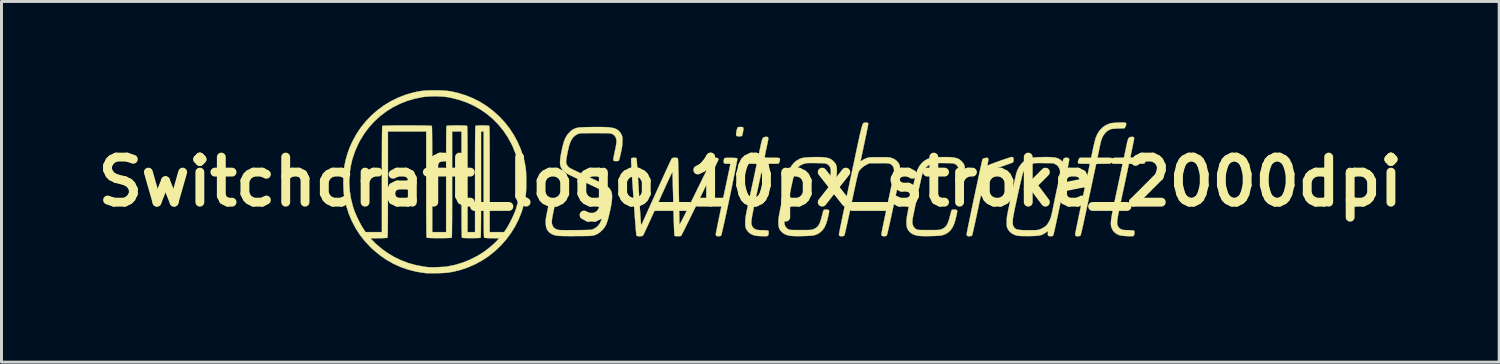
<source format=kicad_pcb>
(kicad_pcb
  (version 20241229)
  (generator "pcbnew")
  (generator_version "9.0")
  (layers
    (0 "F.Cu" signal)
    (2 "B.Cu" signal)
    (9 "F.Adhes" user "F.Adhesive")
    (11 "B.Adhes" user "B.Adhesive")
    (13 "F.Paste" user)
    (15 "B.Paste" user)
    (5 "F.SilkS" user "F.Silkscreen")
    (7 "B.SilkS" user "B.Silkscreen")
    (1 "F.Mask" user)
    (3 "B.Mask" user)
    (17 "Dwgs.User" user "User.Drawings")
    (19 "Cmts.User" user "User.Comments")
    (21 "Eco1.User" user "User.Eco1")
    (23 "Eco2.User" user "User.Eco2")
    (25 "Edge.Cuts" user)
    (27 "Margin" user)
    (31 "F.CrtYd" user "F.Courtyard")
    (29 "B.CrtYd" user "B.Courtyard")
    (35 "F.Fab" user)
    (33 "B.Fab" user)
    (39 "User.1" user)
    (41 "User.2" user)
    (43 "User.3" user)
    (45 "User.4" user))
  (footprint "Switchcraft_logo_10px_stroke_2000dpi"
    (layer "F.Cu")
    (at 22.323 3.097)
    (property "Reference" "Switchcraft_logo_10px_stroke_2000dpi" (at 0 0 0) (layer "F.SilkS") (effects (font (size 1.524 1.524) (thickness 0.3))))
    (attr through_hole)
    (fp_poly (pts (xy -0.288 -1.853) (xy -0.256 -1.846) (xy -0.238 -1.83) (xy -0.232 -1.8) (xy -0.236 -1.754) (xy -0.247 -1.692) (xy -0.258 -1.637) (xy -0.269 -1.592) (xy -0.278 -1.561) (xy -0.283 -1.553) (xy -0.302 -1.543) (xy -0.339 -1.538) (xy -0.382 -1.537) (xy -0.425 -1.539) (xy -0.457 -1.546) (xy -0.467 -1.552) (xy -0.479 -1.575) (xy -0.483 -1.602) (xy -0.48 -1.637) (xy -0.472 -1.684) (xy -0.462 -1.735) (xy -0.45 -1.783) (xy -0.438 -1.82) (xy -0.43 -1.837) (xy -0.407 -1.848) (xy -0.363 -1.854) (xy -0.337 -1.854) (xy -0.288 -1.853)) (stroke (width 0.01) (type solid)) (fill yes) (layer "F.SilkS"))
    (fp_poly (pts (xy -0.694 -0.811) (xy -0.657 -0.81) (xy -0.579 -0.808) (xy -0.523 -0.806) (xy -0.485 -0.803) (xy -0.46 -0.798) (xy -0.446 -0.792) (xy -0.44 -0.785) (xy -0.441 -0.77) (xy -0.446 -0.732) (xy -0.456 -0.673) (xy -0.471 -0.595) (xy -0.489 -0.5) (xy -0.51 -0.391) (xy -0.535 -0.269) (xy -0.562 -0.136) (xy -0.591 0.005) (xy -0.621 0.154) (xy -0.653 0.307) (xy -0.685 0.462) (xy -0.718 0.619) (xy -0.751 0.774) (xy -0.784 0.926) (xy -0.815 1.072) (xy -0.845 1.211) (xy -0.874 1.341) (xy -0.9 1.459) (xy -0.924 1.565) (xy -0.945 1.654) (xy -0.962 1.727) (xy -0.975 1.78) (xy -0.985 1.811) (xy -0.988 1.819) (xy -1.013 1.833) (xy -1.052 1.84) (xy -1.096 1.842) (xy -1.134 1.836) (xy -1.153 1.826) (xy -1.164 1.803) (xy -1.168 1.771) (xy -1.166 1.753) (xy -1.158 1.712) (xy -1.146 1.65) (xy -1.13 1.568) (xy -1.11 1.469) (xy -1.086 1.354) (xy -1.059 1.224) (xy -1.03 1.083) (xy -0.998 0.931) (xy -0.964 0.77) (xy -0.928 0.602) (xy -0.921 0.566) (xy -0.885 0.398) (xy -0.851 0.237) (xy -0.819 0.085) (xy -0.789 -0.056) (xy -0.761 -0.185) (xy -0.737 -0.3) (xy -0.716 -0.399) (xy -0.699 -0.481) (xy -0.686 -0.543) (xy -0.677 -0.585) (xy -0.673 -0.604) (xy -0.673 -0.604) (xy -0.685 -0.607) (xy -0.716 -0.609) (xy -0.76 -0.61) (xy -0.773 -0.61) (xy -0.833 -0.611) (xy -0.872 -0.619) (xy -0.893 -0.635) (xy -0.901 -0.664) (xy -0.899 -0.708) (xy -0.899 -0.711) (xy -0.895 -0.747) (xy -0.888 -0.774) (xy -0.876 -0.792) (xy -0.854 -0.803) (xy -0.818 -0.809) (xy -0.766 -0.811) (xy -0.694 -0.811)) (stroke (width 0.01) (type solid)) (fill yes) (layer "F.SilkS"))
    (fp_poly (pts (xy 8.873 -0.832) (xy 8.893 -0.811) (xy 8.902 -0.772) (xy 8.903 -0.742) (xy 8.899 -0.694) (xy 8.887 -0.664) (xy 8.88 -0.658) (xy 8.863 -0.649) (xy 8.825 -0.633) (xy 8.769 -0.612) (xy 8.699 -0.587) (xy 8.619 -0.559) (xy 8.531 -0.529) (xy 8.528 -0.528) (xy 8.437 -0.497) (xy 8.351 -0.467) (xy 8.274 -0.438) (xy 8.209 -0.414) (xy 8.161 -0.394) (xy 8.134 -0.381) (xy 8.048 -0.318) (xy 7.98 -0.24) (xy 7.946 -0.178) (xy 7.936 -0.149) (xy 7.922 -0.096) (xy 7.903 -0.018) (xy 7.879 0.085) (xy 7.85 0.211) (xy 7.817 0.362) (xy 7.78 0.536) (xy 7.738 0.734) (xy 7.715 0.845) (xy 7.678 1.019) (xy 7.644 1.179) (xy 7.612 1.325) (xy 7.584 1.455) (xy 7.559 1.567) (xy 7.537 1.66) (xy 7.52 1.734) (xy 7.507 1.785) (xy 7.498 1.814) (xy 7.496 1.819) (xy 7.471 1.833) (xy 7.431 1.84) (xy 7.388 1.842) (xy 7.35 1.836) (xy 7.33 1.826) (xy 7.319 1.803) (xy 7.315 1.772) (xy 7.318 1.753) (xy 7.325 1.712) (xy 7.337 1.65) (xy 7.353 1.569) (xy 7.372 1.472) (xy 7.395 1.361) (xy 7.421 1.238) (xy 7.448 1.105) (xy 7.478 0.963) (xy 7.509 0.815) (xy 7.541 0.663) (xy 7.574 0.508) (xy 7.606 0.354) (xy 7.639 0.202) (xy 7.671 0.053) (xy 7.701 -0.089) (xy 7.73 -0.224) (xy 7.757 -0.348) (xy 7.782 -0.46) (xy 7.804 -0.559) (xy 7.822 -0.641) (xy 7.837 -0.705) (xy 7.848 -0.748) (xy 7.854 -0.77) (xy 7.854 -0.772) (xy 7.874 -0.783) (xy 7.91 -0.795) (xy 7.941 -0.803) (xy 7.984 -0.811) (xy 8.009 -0.811) (xy 8.026 -0.805) (xy 8.035 -0.797) (xy 8.045 -0.785) (xy 8.05 -0.77) (xy 8.05 -0.747) (xy 8.044 -0.709) (xy 8.036 -0.665) (xy 8.027 -0.615) (xy 8.021 -0.576) (xy 8.019 -0.553) (xy 8.019 -0.549) (xy 8.032 -0.552) (xy 8.06 -0.563) (xy 8.079 -0.573) (xy 8.11 -0.586) (xy 8.158 -0.606) (xy 8.222 -0.63) (xy 8.296 -0.657) (xy 8.378 -0.687) (xy 8.462 -0.717) (xy 8.547 -0.746) (xy 8.628 -0.773) (xy 8.7 -0.798) (xy 8.762 -0.817) (xy 8.808 -0.831) (xy 8.835 -0.838) (xy 8.839 -0.838) (xy 8.873 -0.832)) (stroke (width 0.01) (type solid)) (fill yes) (layer "F.SilkS"))
    (fp_poly (pts (xy 0.596 -1.506) (xy 0.609 -1.476) (xy 0.61 -1.467) (xy 0.607 -1.447) (xy 0.6 -1.406) (xy 0.589 -1.348) (xy 0.574 -1.276) (xy 0.557 -1.195) (xy 0.546 -1.142) (xy 0.528 -1.058) (xy 0.512 -0.982) (xy 0.499 -0.917) (xy 0.489 -0.868) (xy 0.484 -0.837) (xy 0.483 -0.829) (xy 0.488 -0.823) (xy 0.508 -0.819) (xy 0.543 -0.816) (xy 0.597 -0.814) (xy 0.673 -0.813) (xy 0.729 -0.813) (xy 0.82 -0.813) (xy 0.89 -0.811) (xy 0.94 -0.808) (xy 0.973 -0.801) (xy 0.992 -0.791) (xy 1.001 -0.775) (xy 1.002 -0.753) (xy 0.998 -0.724) (xy 0.998 -0.721) (xy 0.988 -0.679) (xy 0.974 -0.644) (xy 0.971 -0.638) (xy 0.964 -0.629) (xy 0.954 -0.621) (xy 0.94 -0.616) (xy 0.916 -0.613) (xy 0.88 -0.611) (xy 0.827 -0.61) (xy 0.756 -0.61) (xy 0.692 -0.61) (xy 0.614 -0.609) (xy 0.545 -0.609) (xy 0.489 -0.608) (xy 0.451 -0.606) (xy 0.433 -0.605) (xy 0.432 -0.604) (xy 0.429 -0.591) (xy 0.422 -0.555) (xy 0.41 -0.499) (xy 0.394 -0.423) (xy 0.374 -0.33) (xy 0.351 -0.222) (xy 0.325 -0.101) (xy 0.297 0.032) (xy 0.266 0.174) (xy 0.234 0.323) (xy 0.234 0.326) (xy 0.194 0.514) (xy 0.159 0.678) (xy 0.128 0.821) (xy 0.103 0.944) (xy 0.082 1.05) (xy 0.065 1.139) (xy 0.052 1.214) (xy 0.043 1.276) (xy 0.037 1.327) (xy 0.034 1.369) (xy 0.035 1.403) (xy 0.038 1.431) (xy 0.043 1.455) (xy 0.051 1.476) (xy 0.06 1.497) (xy 0.065 1.506) (xy 0.094 1.552) (xy 0.133 1.585) (xy 0.159 1.6) (xy 0.186 1.613) (xy 0.212 1.622) (xy 0.243 1.628) (xy 0.284 1.632) (xy 0.34 1.635) (xy 0.406 1.636) (xy 0.481 1.639) (xy 0.542 1.643) (xy 0.586 1.648) (xy 0.607 1.654) (xy 0.608 1.655) (xy 0.617 1.676) (xy 0.62 1.713) (xy 0.618 1.755) (xy 0.61 1.794) (xy 0.598 1.821) (xy 0.598 1.822) (xy 0.585 1.831) (xy 0.563 1.836) (xy 0.527 1.839) (xy 0.472 1.84) (xy 0.44 1.84) (xy 0.371 1.838) (xy 0.302 1.835) (xy 0.241 1.831) (xy 0.213 1.828) (xy 0.106 1.805) (xy 0.013 1.763) (xy -0.064 1.703) (xy -0.123 1.627) (xy -0.136 1.603) (xy -0.151 1.571) (xy -0.161 1.544) (xy -0.167 1.514) (xy -0.17 1.475) (xy -0.171 1.422) (xy -0.171 1.365) (xy -0.17 1.333) (xy -0.17 1.304) (xy -0.168 1.275) (xy -0.166 1.244) (xy -0.162 1.21) (xy -0.156 1.17) (xy -0.148 1.122) (xy -0.137 1.065) (xy -0.124 0.996) (xy -0.107 0.914) (xy -0.086 0.816) (xy -0.062 0.7) (xy -0.033 0.565) (xy 0.001 0.407) (xy 0.023 0.306) (xy 0.055 0.159) (xy 0.085 0.019) (xy 0.113 -0.111) (xy 0.138 -0.23) (xy 0.161 -0.336) (xy 0.18 -0.427) (xy 0.196 -0.501) (xy 0.207 -0.555) (xy 0.214 -0.589) (xy 0.216 -0.599) (xy 0.204 -0.603) (xy 0.171 -0.606) (xy 0.122 -0.61) (xy 0.062 -0.612) (xy 0.043 -0.612) (xy -0.035 -0.615) (xy -0.09 -0.619) (xy -0.126 -0.626) (xy -0.146 -0.639) (xy -0.153 -0.659) (xy -0.15 -0.688) (xy -0.142 -0.72) (xy -0.13 -0.759) (xy -0.117 -0.788) (xy -0.112 -0.796) (xy -0.098 -0.803) (xy -0.068 -0.808) (xy -0.019 -0.811) (xy 0.052 -0.813) (xy 0.084 -0.813) (xy 0.149 -0.813) (xy 0.204 -0.815) (xy 0.244 -0.817) (xy 0.265 -0.82) (xy 0.267 -0.822) (xy 0.269 -0.836) (xy 0.276 -0.872) (xy 0.287 -0.926) (xy 0.301 -0.994) (xy 0.317 -1.073) (xy 0.332 -1.142) (xy 0.354 -1.247) (xy 0.372 -1.328) (xy 0.388 -1.391) (xy 0.404 -1.437) (xy 0.419 -1.47) (xy 0.437 -1.491) (xy 0.457 -1.505) (xy 0.482 -1.513) (xy 0.513 -1.518) (xy 0.514 -1.518) (xy 0.565 -1.52) (xy 0.596 -1.506)) (stroke (width 0.01) (type solid)) (fill yes) (layer "F.SilkS"))
    (fp_poly (pts (xy 3.975 -1.988) (xy 3.988 -1.958) (xy 3.988 -1.952) (xy 3.985 -1.936) (xy 3.978 -1.898) (xy 3.967 -1.841) (xy 3.952 -1.767) (xy 3.934 -1.68) (xy 3.914 -1.582) (xy 3.892 -1.477) (xy 3.869 -1.366) (xy 3.845 -1.253) (xy 3.821 -1.14) (xy 3.798 -1.031) (xy 3.777 -0.929) (xy 3.756 -0.835) (xy 3.739 -0.754) (xy 3.734 -0.734) (xy 3.729 -0.708) (xy 3.73 -0.696) (xy 3.74 -0.697) (xy 3.764 -0.711) (xy 3.804 -0.738) (xy 3.844 -0.761) (xy 3.895 -0.785) (xy 3.937 -0.802) (xy 3.963 -0.811) (xy 3.988 -0.818) (xy 4.015 -0.823) (xy 4.049 -0.826) (xy 4.092 -0.829) (xy 4.148 -0.83) (xy 4.221 -0.831) (xy 4.314 -0.831) (xy 4.356 -0.832) (xy 4.459 -0.832) (xy 4.54 -0.831) (xy 4.603 -0.83) (xy 4.651 -0.828) (xy 4.689 -0.825) (xy 4.721 -0.82) (xy 4.749 -0.814) (xy 4.777 -0.805) (xy 4.783 -0.803) (xy 4.873 -0.764) (xy 4.95 -0.706) (xy 5.01 -0.636) (xy 5.031 -0.6) (xy 5.043 -0.572) (xy 5.052 -0.545) (xy 5.057 -0.512) (xy 5.06 -0.468) (xy 5.061 -0.406) (xy 5.061 -0.375) (xy 5.061 -0.21) (xy 4.846 0.794) (xy 4.808 0.971) (xy 4.773 1.135) (xy 4.74 1.285) (xy 4.71 1.419) (xy 4.684 1.536) (xy 4.661 1.635) (xy 4.642 1.714) (xy 4.627 1.772) (xy 4.617 1.808) (xy 4.613 1.819) (xy 4.588 1.835) (xy 4.546 1.841) (xy 4.528 1.841) (xy 4.478 1.838) (xy 4.448 1.824) (xy 4.435 1.798) (xy 4.432 1.772) (xy 4.435 1.753) (xy 4.442 1.712) (xy 4.454 1.65) (xy 4.471 1.569) (xy 4.49 1.471) (xy 4.513 1.358) (xy 4.539 1.233) (xy 4.568 1.097) (xy 4.598 0.952) (xy 4.631 0.8) (xy 4.635 0.78) (xy 4.667 0.626) (xy 4.699 0.478) (xy 4.729 0.337) (xy 4.756 0.206) (xy 4.781 0.086) (xy 4.803 -0.019) (xy 4.822 -0.108) (xy 4.836 -0.179) (xy 4.847 -0.23) (xy 4.852 -0.258) (xy 4.852 -0.259) (xy 4.862 -0.361) (xy 4.853 -0.448) (xy 4.826 -0.519) (xy 4.781 -0.573) (xy 4.741 -0.599) (xy 4.721 -0.608) (xy 4.702 -0.615) (xy 4.68 -0.62) (xy 4.652 -0.624) (xy 4.614 -0.626) (xy 4.562 -0.628) (xy 4.494 -0.628) (xy 4.405 -0.629) (xy 4.356 -0.629) (xy 4.032 -0.629) (xy 3.934 -0.582) (xy 3.844 -0.53) (xy 3.764 -0.466) (xy 3.7 -0.396) (xy 3.667 -0.346) (xy 3.66 -0.329) (xy 3.651 -0.302) (xy 3.64 -0.263) (xy 3.627 -0.211) (xy 3.611 -0.145) (xy 3.592 -0.062) (xy 3.57 0.037) (xy 3.544 0.155) (xy 3.514 0.294) (xy 3.48 0.453) (xy 3.441 0.635) (xy 3.416 0.756) (xy 3.377 0.938) (xy 3.341 1.107) (xy 3.308 1.261) (xy 3.278 1.399) (xy 3.251 1.52) (xy 3.228 1.622) (xy 3.209 1.704) (xy 3.194 1.766) (xy 3.183 1.804) (xy 3.178 1.819) (xy 3.153 1.833) (xy 3.113 1.84) (xy 3.07 1.842) (xy 3.032 1.836) (xy 3.012 1.826) (xy 3.001 1.803) (xy 2.997 1.772) (xy 3 1.756) (xy 3.007 1.715) (xy 3.02 1.653) (xy 3.036 1.57) (xy 3.057 1.468) (xy 3.082 1.349) (xy 3.11 1.212) (xy 3.141 1.061) (xy 3.176 0.896) (xy 3.213 0.719) (xy 3.252 0.531) (xy 3.293 0.334) (xy 3.337 0.129) (xy 3.381 -0.082) (xy 3.386 -0.102) (xy 3.439 -0.355) (xy 3.488 -0.585) (xy 3.532 -0.792) (xy 3.571 -0.978) (xy 3.606 -1.143) (xy 3.638 -1.29) (xy 3.666 -1.419) (xy 3.69 -1.531) (xy 3.712 -1.627) (xy 3.732 -1.71) (xy 3.749 -1.779) (xy 3.764 -1.836) (xy 3.778 -1.882) (xy 3.79 -1.918) (xy 3.801 -1.946) (xy 3.811 -1.966) (xy 3.822 -1.981) (xy 3.832 -1.99) (xy 3.842 -1.995) (xy 3.853 -1.998) (xy 3.864 -1.999) (xy 3.877 -1.999) (xy 3.891 -2.001) (xy 3.892 -2.001) (xy 3.944 -2.002) (xy 3.975 -1.988)) (stroke (width 0.01) (type solid)) (fill yes) (layer "F.SilkS"))
    (fp_poly (pts (xy 2.352 -0.835) (xy 2.432 -0.831) (xy 2.477 -0.828) (xy 2.567 -0.816) (xy 2.638 -0.801) (xy 2.695 -0.781) (xy 2.745 -0.752) (xy 2.793 -0.712) (xy 2.814 -0.692) (xy 2.858 -0.644) (xy 2.89 -0.597) (xy 2.91 -0.546) (xy 2.922 -0.485) (xy 2.927 -0.407) (xy 2.927 -0.362) (xy 2.925 -0.299) (xy 2.918 -0.227) (xy 2.908 -0.151) (xy 2.896 -0.077) (xy 2.882 -0.01) (xy 2.868 0.044) (xy 2.854 0.081) (xy 2.847 0.092) (xy 2.823 0.106) (xy 2.783 0.113) (xy 2.74 0.114) (xy 2.702 0.109) (xy 2.682 0.099) (xy 2.672 0.08) (xy 2.668 0.048) (xy 2.672 -0.000011) (xy 2.683 -0.067) (xy 2.694 -0.122) (xy 2.715 -0.245) (xy 2.723 -0.348) (xy 2.716 -0.433) (xy 2.694 -0.501) (xy 2.657 -0.554) (xy 2.604 -0.593) (xy 2.598 -0.597) (xy 2.577 -0.607) (xy 2.558 -0.614) (xy 2.536 -0.62) (xy 2.508 -0.624) (xy 2.47 -0.627) (xy 2.419 -0.629) (xy 2.351 -0.631) (xy 2.262 -0.632) (xy 2.218 -0.633) (xy 2.119 -0.634) (xy 2.04 -0.634) (xy 1.98 -0.633) (xy 1.933 -0.632) (xy 1.897 -0.628) (xy 1.866 -0.624) (xy 1.838 -0.617) (xy 1.817 -0.611) (xy 1.725 -0.574) (xy 1.648 -0.524) (xy 1.585 -0.458) (xy 1.533 -0.373) (xy 1.489 -0.267) (xy 1.475 -0.222) (xy 1.467 -0.192) (xy 1.455 -0.141) (xy 1.438 -0.07) (xy 1.419 0.017) (xy 1.397 0.117) (xy 1.373 0.227) (xy 1.347 0.344) (xy 1.321 0.465) (xy 1.294 0.588) (xy 1.269 0.71) (xy 1.244 0.827) (xy 1.221 0.936) (xy 1.2 1.035) (xy 1.183 1.121) (xy 1.169 1.19) (xy 1.159 1.24) (xy 1.156 1.262) (xy 1.149 1.362) (xy 1.16 1.449) (xy 1.19 1.52) (xy 1.238 1.575) (xy 1.28 1.602) (xy 1.298 1.611) (xy 1.316 1.618) (xy 1.336 1.623) (xy 1.363 1.627) (xy 1.398 1.629) (xy 1.447 1.631) (xy 1.51 1.632) (xy 1.593 1.632) (xy 1.697 1.632) (xy 1.702 1.632) (xy 1.808 1.632) (xy 1.891 1.632) (xy 1.956 1.631) (xy 2.006 1.629) (xy 2.043 1.626) (xy 2.072 1.622) (xy 2.096 1.617) (xy 2.117 1.61) (xy 2.138 1.602) (xy 2.198 1.574) (xy 2.248 1.539) (xy 2.29 1.496) (xy 2.326 1.44) (xy 2.358 1.368) (xy 2.388 1.278) (xy 2.418 1.166) (xy 2.422 1.151) (xy 2.438 1.086) (xy 2.454 1.029) (xy 2.467 0.985) (xy 2.477 0.96) (xy 2.479 0.956) (xy 2.501 0.945) (xy 2.538 0.94) (xy 2.582 0.94) (xy 2.622 0.945) (xy 2.65 0.955) (xy 2.654 0.959) (xy 2.661 0.972) (xy 2.664 0.992) (xy 2.663 1.021) (xy 2.656 1.064) (xy 2.643 1.124) (xy 2.625 1.203) (xy 2.615 1.245) (xy 2.58 1.371) (xy 2.54 1.476) (xy 2.495 1.563) (xy 2.441 1.635) (xy 2.414 1.664) (xy 2.348 1.722) (xy 2.279 1.764) (xy 2.197 1.797) (xy 2.153 1.81) (xy 2.115 1.817) (xy 2.056 1.823) (xy 1.981 1.828) (xy 1.894 1.832) (xy 1.8 1.835) (xy 1.704 1.837) (xy 1.61 1.837) (xy 1.522 1.837) (xy 1.445 1.835) (xy 1.384 1.831) (xy 1.364 1.829) (xy 1.257 1.808) (xy 1.169 1.775) (xy 1.095 1.728) (xy 1.06 1.696) (xy 1.015 1.646) (xy 0.983 1.594) (xy 0.963 1.535) (xy 0.952 1.464) (xy 0.949 1.375) (xy 0.949 1.353) (xy 0.949 1.32) (xy 0.951 1.288) (xy 0.954 1.254) (xy 0.959 1.214) (xy 0.966 1.168) (xy 0.976 1.112) (xy 0.988 1.044) (xy 1.004 0.962) (xy 1.024 0.864) (xy 1.049 0.747) (xy 1.078 0.609) (xy 1.097 0.516) (xy 1.126 0.383) (xy 1.153 0.255) (xy 1.179 0.136) (xy 1.203 0.026) (xy 1.224 -0.071) (xy 1.242 -0.152) (xy 1.257 -0.215) (xy 1.267 -0.258) (xy 1.271 -0.272) (xy 1.323 -0.414) (xy 1.389 -0.535) (xy 1.469 -0.636) (xy 1.563 -0.716) (xy 1.67 -0.775) (xy 1.766 -0.807) (xy 1.816 -0.815) (xy 1.886 -0.823) (xy 1.97 -0.828) (xy 2.064 -0.833) (xy 2.163 -0.835) (xy 2.26 -0.836) (xy 2.352 -0.835)) (stroke (width 0.01) (type solid)) (fill yes) (layer "F.SilkS"))
    (fp_poly (pts (xy 6.683 -0.835) (xy 6.763 -0.831) (xy 6.807 -0.828) (xy 6.897 -0.816) (xy 6.968 -0.801) (xy 7.026 -0.781) (xy 7.075 -0.752) (xy 7.124 -0.712) (xy 7.145 -0.692) (xy 7.189 -0.644) (xy 7.221 -0.597) (xy 7.241 -0.546) (xy 7.253 -0.485) (xy 7.257 -0.407) (xy 7.258 -0.362) (xy 7.255 -0.299) (xy 7.249 -0.227) (xy 7.239 -0.151) (xy 7.226 -0.077) (xy 7.213 -0.01) (xy 7.199 0.044) (xy 7.185 0.081) (xy 7.178 0.092) (xy 7.153 0.106) (xy 7.114 0.113) (xy 7.07 0.114) (xy 7.032 0.109) (xy 7.013 0.099) (xy 7.002 0.08) (xy 6.999 0.048) (xy 7.002 -0.000011) (xy 7.013 -0.067) (xy 7.025 -0.122) (xy 7.046 -0.245) (xy 7.053 -0.348) (xy 7.046 -0.433) (xy 7.024 -0.501) (xy 6.987 -0.554) (xy 6.935 -0.593) (xy 6.928 -0.597) (xy 6.908 -0.607) (xy 6.889 -0.614) (xy 6.867 -0.62) (xy 6.838 -0.624) (xy 6.801 -0.627) (xy 6.749 -0.629) (xy 6.681 -0.631) (xy 6.593 -0.632) (xy 6.549 -0.633) (xy 6.449 -0.634) (xy 6.371 -0.634) (xy 6.31 -0.633) (xy 6.264 -0.632) (xy 6.227 -0.628) (xy 6.197 -0.624) (xy 6.169 -0.617) (xy 6.148 -0.611) (xy 6.056 -0.574) (xy 5.979 -0.524) (xy 5.916 -0.458) (xy 5.863 -0.373) (xy 5.82 -0.267) (xy 5.805 -0.222) (xy 5.798 -0.192) (xy 5.785 -0.141) (xy 5.769 -0.07) (xy 5.75 0.017) (xy 5.728 0.117) (xy 5.703 0.227) (xy 5.678 0.344) (xy 5.652 0.465) (xy 5.625 0.588) (xy 5.599 0.71) (xy 5.575 0.827) (xy 5.552 0.936) (xy 5.531 1.035) (xy 5.513 1.121) (xy 5.5 1.19) (xy 5.49 1.24) (xy 5.486 1.262) (xy 5.479 1.362) (xy 5.491 1.449) (xy 5.521 1.52) (xy 5.569 1.575) (xy 5.61 1.602) (xy 5.629 1.611) (xy 5.646 1.618) (xy 5.667 1.623) (xy 5.693 1.627) (xy 5.729 1.629) (xy 5.777 1.631) (xy 5.841 1.632) (xy 5.924 1.632) (xy 6.028 1.632) (xy 6.032 1.632) (xy 6.138 1.632) (xy 6.222 1.632) (xy 6.287 1.631) (xy 6.336 1.629) (xy 6.374 1.626) (xy 6.403 1.622) (xy 6.426 1.617) (xy 6.448 1.61) (xy 6.469 1.602) (xy 6.529 1.574) (xy 6.578 1.539) (xy 6.62 1.496) (xy 6.656 1.44) (xy 6.688 1.368) (xy 6.719 1.278) (xy 6.749 1.166) (xy 6.753 1.151) (xy 6.769 1.086) (xy 6.785 1.029) (xy 6.798 0.985) (xy 6.807 0.96) (xy 6.81 0.956) (xy 6.832 0.945) (xy 6.869 0.94) (xy 6.912 0.94) (xy 6.953 0.945) (xy 6.98 0.955) (xy 6.985 0.959) (xy 6.992 0.972) (xy 6.995 0.992) (xy 6.993 1.021) (xy 6.986 1.064) (xy 6.974 1.124) (xy 6.955 1.203) (xy 6.945 1.245) (xy 6.91 1.371) (xy 6.871 1.476) (xy 6.825 1.563) (xy 6.772 1.635) (xy 6.745 1.664) (xy 6.679 1.722) (xy 6.61 1.764) (xy 6.528 1.797) (xy 6.483 1.81) (xy 6.445 1.817) (xy 6.387 1.823) (xy 6.312 1.828) (xy 6.225 1.832) (xy 6.131 1.835) (xy 6.035 1.837) (xy 5.94 1.837) (xy 5.853 1.837) (xy 5.776 1.835) (xy 5.715 1.831) (xy 5.695 1.829) (xy 5.588 1.808) (xy 5.5 1.775) (xy 5.426 1.728) (xy 5.39 1.696) (xy 5.346 1.646) (xy 5.314 1.594) (xy 5.294 1.535) (xy 5.283 1.464) (xy 5.279 1.375) (xy 5.279 1.353) (xy 5.28 1.32) (xy 5.282 1.288) (xy 5.285 1.254) (xy 5.29 1.214) (xy 5.297 1.168) (xy 5.306 1.112) (xy 5.319 1.044) (xy 5.335 0.962) (xy 5.355 0.864) (xy 5.379 0.747) (xy 5.408 0.609) (xy 5.428 0.516) (xy 5.456 0.383) (xy 5.484 0.255) (xy 5.509 0.136) (xy 5.533 0.026) (xy 5.555 -0.071) (xy 5.573 -0.152) (xy 5.588 -0.215) (xy 5.598 -0.258) (xy 5.602 -0.272) (xy 5.654 -0.414) (xy 5.72 -0.535) (xy 5.8 -0.636) (xy 5.894 -0.716) (xy 6.001 -0.775) (xy 6.097 -0.807) (xy 6.147 -0.815) (xy 6.216 -0.823) (xy 6.301 -0.828) (xy 6.395 -0.833) (xy 6.493 -0.835) (xy 6.591 -0.836) (xy 6.683 -0.835)) (stroke (width 0.01) (type solid)) (fill yes) (layer "F.SilkS"))
    (fp_poly (pts (xy 10.116 -0.835) (xy 10.215 -0.829) (xy 10.297 -0.819) (xy 10.365 -0.804) (xy 10.422 -0.782) (xy 10.47 -0.755) (xy 10.511 -0.721) (xy 10.517 -0.716) (xy 10.563 -0.671) (xy 10.572 -0.72) (xy 10.587 -0.769) (xy 10.611 -0.798) (xy 10.651 -0.811) (xy 10.686 -0.813) (xy 10.737 -0.809) (xy 10.766 -0.795) (xy 10.78 -0.769) (xy 10.782 -0.744) (xy 10.78 -0.723) (xy 10.773 -0.681) (xy 10.761 -0.619) (xy 10.746 -0.541) (xy 10.727 -0.448) (xy 10.706 -0.343) (xy 10.683 -0.23) (xy 10.662 -0.127) (xy 10.607 0.138) (xy 10.556 0.379) (xy 10.51 0.598) (xy 10.469 0.794) (xy 10.432 0.97) (xy 10.399 1.126) (xy 10.369 1.263) (xy 10.344 1.382) (xy 10.321 1.485) (xy 10.302 1.572) (xy 10.286 1.643) (xy 10.272 1.701) (xy 10.261 1.747) (xy 10.252 1.78) (xy 10.246 1.803) (xy 10.241 1.816) (xy 10.239 1.819) (xy 10.215 1.835) (xy 10.174 1.841) (xy 10.153 1.841) (xy 10.104 1.838) (xy 10.074 1.824) (xy 10.061 1.797) (xy 10.061 1.75) (xy 10.062 1.734) (xy 10.069 1.665) (xy 9.987 1.721) (xy 9.938 1.753) (xy 9.891 1.779) (xy 9.843 1.798) (xy 9.79 1.813) (xy 9.727 1.823) (xy 9.652 1.83) (xy 9.559 1.834) (xy 9.445 1.836) (xy 9.442 1.836) (xy 9.353 1.837) (xy 9.266 1.836) (xy 9.187 1.835) (xy 9.122 1.832) (xy 9.074 1.829) (xy 9.062 1.828) (xy 8.952 1.802) (xy 8.857 1.757) (xy 8.778 1.695) (xy 8.717 1.616) (xy 8.703 1.59) (xy 8.688 1.558) (xy 8.679 1.531) (xy 8.673 1.501) (xy 8.67 1.462) (xy 8.669 1.409) (xy 8.669 1.353) (xy 8.669 1.34) (xy 8.872 1.34) (xy 8.873 1.4) (xy 8.877 1.443) (xy 8.885 1.476) (xy 8.899 1.506) (xy 8.92 1.542) (xy 8.945 1.571) (xy 8.976 1.593) (xy 9.015 1.61) (xy 9.067 1.622) (xy 9.133 1.63) (xy 9.216 1.635) (xy 9.32 1.637) (xy 9.402 1.637) (xy 9.499 1.638) (xy 9.575 1.637) (xy 9.633 1.636) (xy 9.678 1.633) (xy 9.713 1.629) (xy 9.742 1.624) (xy 9.768 1.616) (xy 9.782 1.612) (xy 9.85 1.584) (xy 9.919 1.546) (xy 9.98 1.504) (xy 10.017 1.471) (xy 10.051 1.426) (xy 10.089 1.366) (xy 10.124 1.299) (xy 10.152 1.234) (xy 10.159 1.214) (xy 10.169 1.179) (xy 10.183 1.124) (xy 10.199 1.053) (xy 10.217 0.972) (xy 10.235 0.885) (xy 10.243 0.845) (xy 10.261 0.755) (xy 10.283 0.647) (xy 10.308 0.527) (xy 10.335 0.401) (xy 10.361 0.275) (xy 10.387 0.157) (xy 10.391 0.14) (xy 10.418 0.014) (xy 10.439 -0.091) (xy 10.456 -0.176) (xy 10.467 -0.245) (xy 10.473 -0.301) (xy 10.474 -0.346) (xy 10.47 -0.384) (xy 10.462 -0.417) (xy 10.45 -0.448) (xy 10.433 -0.48) (xy 10.43 -0.486) (xy 10.401 -0.529) (xy 10.369 -0.56) (xy 10.323 -0.588) (xy 10.318 -0.591) (xy 10.244 -0.629) (xy 9.934 -0.632) (xy 9.834 -0.634) (xy 9.757 -0.634) (xy 9.697 -0.633) (xy 9.651 -0.631) (xy 9.614 -0.628) (xy 9.584 -0.623) (xy 9.556 -0.616) (xy 9.539 -0.611) (xy 9.441 -0.571) (xy 9.36 -0.517) (xy 9.294 -0.444) (xy 9.241 -0.352) (xy 9.214 -0.286) (xy 9.205 -0.257) (xy 9.192 -0.206) (xy 9.175 -0.135) (xy 9.154 -0.047) (xy 9.13 0.056) (xy 9.104 0.17) (xy 9.076 0.294) (xy 9.047 0.424) (xy 9.028 0.514) (xy 8.994 0.671) (xy 8.965 0.805) (xy 8.941 0.919) (xy 8.921 1.014) (xy 8.906 1.093) (xy 8.894 1.159) (xy 8.885 1.212) (xy 8.878 1.255) (xy 8.874 1.292) (xy 8.872 1.322) (xy 8.872 1.34) (xy 8.669 1.34) (xy 8.669 1.317) (xy 8.67 1.284) (xy 8.672 1.252) (xy 8.675 1.218) (xy 8.679 1.181) (xy 8.686 1.136) (xy 8.696 1.083) (xy 8.708 1.019) (xy 8.724 0.941) (xy 8.744 0.848) (xy 8.768 0.736) (xy 8.796 0.604) (xy 8.824 0.476) (xy 8.853 0.343) (xy 8.881 0.216) (xy 8.907 0.097) (xy 8.931 -0.012) (xy 8.953 -0.107) (xy 8.971 -0.187) (xy 8.985 -0.249) (xy 8.995 -0.29) (xy 8.999 -0.305) (xy 9.043 -0.42) (xy 9.104 -0.527) (xy 9.177 -0.622) (xy 9.259 -0.699) (xy 9.332 -0.747) (xy 9.38 -0.771) (xy 9.428 -0.79) (xy 9.48 -0.804) (xy 9.539 -0.815) (xy 9.61 -0.823) (xy 9.697 -0.829) (xy 9.803 -0.833) (xy 9.855 -0.834) (xy 9.997 -0.837) (xy 10.116 -0.835)) (stroke (width 0.01) (type solid)) (fill yes) (layer "F.SilkS"))
    (fp_poly (pts (xy -2.497 -0.81) (xy -2.464 -0.802) (xy -2.452 -0.795) (xy -2.449 -0.784) (xy -2.446 -0.757) (xy -2.443 -0.713) (xy -2.44 -0.652) (xy -2.437 -0.572) (xy -2.434 -0.473) (xy -2.431 -0.352) (xy -2.428 -0.21) (xy -2.425 -0.046) (xy -2.421 0.142) (xy -2.419 0.301) (xy -2.416 0.465) (xy -2.413 0.623) (xy -2.41 0.772) (xy -2.408 0.911) (xy -2.406 1.038) (xy -2.403 1.151) (xy -2.401 1.247) (xy -2.4 1.325) (xy -2.399 1.382) (xy -2.398 1.418) (xy -2.397 1.428) (xy -2.396 1.435) (xy -2.392 1.436) (xy -2.386 1.43) (xy -2.376 1.417) (xy -2.363 1.395) (xy -2.345 1.362) (xy -2.321 1.318) (xy -2.292 1.262) (xy -2.256 1.191) (xy -2.213 1.105) (xy -2.162 1.003) (xy -2.103 0.884) (xy -2.034 0.745) (xy -1.956 0.586) (xy -1.868 0.407) (xy -1.843 0.355) (xy -1.765 0.196) (xy -1.69 0.044) (xy -1.619 -0.1) (xy -1.552 -0.236) (xy -1.49 -0.36) (xy -1.435 -0.471) (xy -1.386 -0.569) (xy -1.345 -0.651) (xy -1.312 -0.715) (xy -1.289 -0.761) (xy -1.275 -0.786) (xy -1.272 -0.791) (xy -1.251 -0.805) (xy -1.214 -0.812) (xy -1.182 -0.813) (xy -1.129 -0.809) (xy -1.097 -0.797) (xy -1.082 -0.774) (xy -1.079 -0.75) (xy -1.085 -0.736) (xy -1.101 -0.7) (xy -1.126 -0.646) (xy -1.16 -0.574) (xy -1.202 -0.486) (xy -1.251 -0.385) (xy -1.305 -0.272) (xy -1.365 -0.148) (xy -1.429 -0.015) (xy -1.497 0.124) (xy -1.567 0.268) (xy -1.639 0.415) (xy -1.712 0.564) (xy -1.784 0.712) (xy -1.856 0.858) (xy -1.926 1) (xy -1.993 1.137) (xy -2.057 1.266) (xy -2.116 1.386) (xy -2.17 1.494) (xy -2.218 1.59) (xy -2.258 1.671) (xy -2.291 1.736) (xy -2.315 1.783) (xy -2.33 1.81) (xy -2.332 1.813) (xy -2.344 1.827) (xy -2.36 1.836) (xy -2.388 1.84) (xy -2.433 1.841) (xy -2.45 1.841) (xy -2.513 1.839) (xy -2.551 1.832) (xy -2.563 1.825) (xy -2.566 1.809) (xy -2.57 1.767) (xy -2.574 1.701) (xy -2.578 1.61) (xy -2.582 1.494) (xy -2.587 1.354) (xy -2.592 1.189) (xy -2.597 1.001) (xy -2.603 0.788) (xy -2.603 0.774) (xy -2.607 0.613) (xy -2.611 0.459) (xy -2.615 0.312) (xy -2.619 0.177) (xy -2.622 0.054) (xy -2.625 -0.055) (xy -2.627 -0.147) (xy -2.629 -0.22) (xy -2.631 -0.274) (xy -2.632 -0.304) (xy -2.632 -0.31) (xy -2.634 -0.316) (xy -2.638 -0.315) (xy -2.645 -0.307) (xy -2.656 -0.289) (xy -2.671 -0.261) (xy -2.691 -0.221) (xy -2.717 -0.168) (xy -2.748 -0.102) (xy -2.786 -0.019) (xy -2.832 0.079) (xy -2.885 0.196) (xy -2.947 0.332) (xy -3.017 0.488) (xy -3.097 0.666) (xy -3.123 0.721) (xy -3.193 0.878) (xy -3.261 1.028) (xy -3.326 1.17) (xy -3.387 1.303) (xy -3.442 1.424) (xy -3.492 1.532) (xy -3.536 1.626) (xy -3.572 1.703) (xy -3.601 1.762) (xy -3.62 1.802) (xy -3.631 1.821) (xy -3.632 1.822) (xy -3.657 1.833) (xy -3.699 1.84) (xy -3.747 1.842) (xy -3.793 1.84) (xy -3.83 1.832) (xy -3.848 1.822) (xy -3.852 1.809) (xy -3.856 1.774) (xy -3.862 1.719) (xy -3.87 1.642) (xy -3.874 1.594) (xy -3.721 1.594) (xy -3.715 1.6) (xy -3.708 1.594) (xy -3.715 1.587) (xy -3.721 1.594) (xy -3.874 1.594) (xy -3.878 1.543) (xy -3.888 1.421) (xy -3.899 1.276) (xy -3.911 1.108) (xy -3.925 0.916) (xy -3.941 0.699) (xy -3.953 0.515) (xy -3.968 0.3) (xy -3.981 0.11) (xy -3.993 -0.058) (xy -4.002 -0.205) (xy -4.011 -0.332) (xy -4.017 -0.44) (xy -4.023 -0.53) (xy -4.027 -0.605) (xy -4.029 -0.665) (xy -4.031 -0.712) (xy -4.031 -0.747) (xy -4.031 -0.771) (xy -4.029 -0.786) (xy -4.026 -0.793) (xy -4.004 -0.805) (xy -3.967 -0.811) (xy -3.923 -0.813) (xy -3.883 -0.81) (xy -3.855 -0.801) (xy -3.851 -0.797) (xy -3.848 -0.782) (xy -3.844 -0.743) (xy -3.838 -0.682) (xy -3.832 -0.601) (xy -3.824 -0.501) (xy -3.816 -0.383) (xy -3.807 -0.25) (xy -3.797 -0.103) (xy -3.787 0.057) (xy -3.777 0.227) (xy -3.773 0.286) (xy -3.763 0.449) (xy -3.753 0.607) (xy -3.744 0.756) (xy -3.735 0.895) (xy -3.727 1.022) (xy -3.719 1.135) (xy -3.713 1.231) (xy -3.707 1.309) (xy -3.703 1.367) (xy -3.7 1.403) (xy -3.699 1.413) (xy -3.689 1.473) (xy -3.181 0.348) (xy -3.109 0.189) (xy -3.039 0.035) (xy -2.973 -0.11) (xy -2.911 -0.246) (xy -2.854 -0.37) (xy -2.803 -0.482) (xy -2.761 -0.572) (xy -2.603 -0.572) (xy -2.599 -0.561) (xy -2.595 -0.563) (xy -2.594 -0.578) (xy -2.595 -0.58) (xy -2.603 -0.578) (xy -2.603 -0.572) (xy -2.761 -0.572) (xy -2.757 -0.579) (xy -2.719 -0.66) (xy -2.689 -0.724) (xy -2.668 -0.768) (xy -2.655 -0.791) (xy -2.653 -0.795) (xy -2.628 -0.805) (xy -2.588 -0.812) (xy -2.542 -0.813) (xy -2.497 -0.81)) (stroke (width 0.01) (type solid)) (fill yes) (layer "F.SilkS"))
    (fp_poly (pts (xy -5.057 -1.852) (xy -4.935 -1.85) (xy -4.831 -1.845) (xy -4.744 -1.837) (xy -4.671 -1.826) (xy -4.61 -1.811) (xy -4.558 -1.793) (xy -4.514 -1.771) (xy -4.474 -1.744) (xy -4.453 -1.726) (xy -4.413 -1.683) (xy -4.375 -1.629) (xy -4.36 -1.603) (xy -4.345 -1.571) (xy -4.335 -1.543) (xy -4.329 -1.512) (xy -4.326 -1.473) (xy -4.325 -1.419) (xy -4.326 -1.372) (xy -4.327 -1.31) (xy -4.33 -1.255) (xy -4.336 -1.2) (xy -4.345 -1.14) (xy -4.359 -1.069) (xy -4.378 -0.979) (xy -4.38 -0.973) (xy -4.397 -0.897) (xy -4.413 -0.829) (xy -4.428 -0.774) (xy -4.439 -0.735) (xy -4.446 -0.716) (xy -4.447 -0.716) (xy -4.468 -0.705) (xy -4.505 -0.7) (xy -4.548 -0.699) (xy -4.588 -0.702) (xy -4.616 -0.71) (xy -4.62 -0.714) (xy -4.628 -0.724) (xy -4.633 -0.738) (xy -4.634 -0.759) (xy -4.63 -0.79) (xy -4.623 -0.836) (xy -4.61 -0.899) (xy -4.592 -0.983) (xy -4.591 -0.99) (xy -4.568 -1.098) (xy -4.551 -1.184) (xy -4.538 -1.252) (xy -4.53 -1.305) (xy -4.527 -1.348) (xy -4.526 -1.384) (xy -4.529 -1.415) (xy -4.534 -1.442) (xy -4.561 -1.517) (xy -4.607 -1.575) (xy -4.671 -1.616) (xy -4.684 -1.622) (xy -4.701 -1.627) (xy -4.72 -1.632) (xy -4.745 -1.636) (xy -4.777 -1.639) (xy -4.82 -1.641) (xy -4.876 -1.643) (xy -4.947 -1.644) (xy -5.036 -1.644) (xy -5.146 -1.645) (xy -5.251 -1.645) (xy -5.378 -1.645) (xy -5.483 -1.644) (xy -5.567 -1.644) (xy -5.633 -1.643) (xy -5.685 -1.642) (xy -5.725 -1.64) (xy -5.756 -1.637) (xy -5.779 -1.633) (xy -5.799 -1.628) (xy -5.817 -1.621) (xy -5.835 -1.614) (xy -5.919 -1.569) (xy -5.99 -1.504) (xy -6.05 -1.419) (xy -6.098 -1.312) (xy -6.132 -1.2) (xy -6.156 -1.102) (xy -6.178 -1.004) (xy -6.196 -0.91) (xy -6.212 -0.825) (xy -6.223 -0.753) (xy -6.23 -0.696) (xy -6.23 -0.659) (xy -6.23 -0.655) (xy -6.206 -0.579) (xy -6.161 -0.513) (xy -6.113 -0.471) (xy -6.091 -0.459) (xy -6.048 -0.437) (xy -5.987 -0.407) (xy -5.911 -0.37) (xy -5.821 -0.328) (xy -5.721 -0.28) (xy -5.612 -0.229) (xy -5.498 -0.176) (xy -5.489 -0.172) (xy -5.345 -0.105) (xy -5.222 -0.048) (xy -5.119 0.001) (xy -5.033 0.044) (xy -4.962 0.08) (xy -4.905 0.112) (xy -4.859 0.141) (xy -4.823 0.167) (xy -4.794 0.192) (xy -4.77 0.217) (xy -4.75 0.243) (xy -4.736 0.264) (xy -4.708 0.314) (xy -4.689 0.363) (xy -4.679 0.418) (xy -4.675 0.484) (xy -4.677 0.565) (xy -4.683 0.638) (xy -4.694 0.72) (xy -4.71 0.816) (xy -4.734 0.931) (xy -4.742 0.972) (xy -4.773 1.105) (xy -4.8 1.216) (xy -4.826 1.309) (xy -4.852 1.386) (xy -4.878 1.451) (xy -4.907 1.506) (xy -4.94 1.556) (xy -4.977 1.602) (xy -5.009 1.636) (xy -5.077 1.701) (xy -5.144 1.749) (xy -5.218 1.786) (xy -5.274 1.807) (xy -5.295 1.814) (xy -5.316 1.819) (xy -5.341 1.823) (xy -5.371 1.827) (xy -5.41 1.829) (xy -5.46 1.831) (xy -5.524 1.833) (xy -5.604 1.834) (xy -5.703 1.835) (xy -5.824 1.836) (xy -5.886 1.836) (xy -6.004 1.837) (xy -6.118 1.837) (xy -6.223 1.836) (xy -6.317 1.835) (xy -6.397 1.833) (xy -6.459 1.831) (xy -6.5 1.829) (xy -6.51 1.828) (xy -6.621 1.806) (xy -6.713 1.77) (xy -6.788 1.719) (xy -6.801 1.707) (xy -6.849 1.654) (xy -6.883 1.598) (xy -6.904 1.534) (xy -6.916 1.456) (xy -6.919 1.403) (xy -6.92 1.359) (xy -6.92 1.318) (xy -6.916 1.275) (xy -6.91 1.227) (xy -6.9 1.168) (xy -6.886 1.094) (xy -6.868 1.001) (xy -6.866 0.992) (xy -6.848 0.91) (xy -6.832 0.835) (xy -6.817 0.772) (xy -6.804 0.724) (xy -6.796 0.696) (xy -6.793 0.69) (xy -6.77 0.679) (xy -6.732 0.674) (xy -6.688 0.676) (xy -6.647 0.683) (xy -6.618 0.695) (xy -6.612 0.701) (xy -6.608 0.717) (xy -6.608 0.745) (xy -6.614 0.788) (xy -6.625 0.85) (xy -6.64 0.924) (xy -6.664 1.039) (xy -6.683 1.132) (xy -6.697 1.207) (xy -6.706 1.266) (xy -6.712 1.314) (xy -6.714 1.352) (xy -6.712 1.385) (xy -6.708 1.416) (xy -6.706 1.429) (xy -6.679 1.503) (xy -6.634 1.561) (xy -6.57 1.602) (xy -6.525 1.619) (xy -6.505 1.624) (xy -6.481 1.628) (xy -6.45 1.631) (xy -6.411 1.634) (xy -6.361 1.635) (xy -6.296 1.636) (xy -6.216 1.637) (xy -6.116 1.636) (xy -5.995 1.636) (xy -5.923 1.635) (xy -5.77 1.634) (xy -5.643 1.632) (xy -5.539 1.629) (xy -5.458 1.626) (xy -5.399 1.623) (xy -5.361 1.619) (xy -5.347 1.616) (xy -5.248 1.569) (xy -5.164 1.503) (xy -5.095 1.417) (xy -5.044 1.312) (xy -5.033 1.281) (xy -5.019 1.234) (xy -5.002 1.169) (xy -4.984 1.092) (xy -4.964 1.006) (xy -4.945 0.915) (xy -4.926 0.824) (xy -4.909 0.738) (xy -4.895 0.661) (xy -4.884 0.597) (xy -4.878 0.55) (xy -4.877 0.531) (xy -4.889 0.45) (xy -4.923 0.377) (xy -4.977 0.317) (xy -4.985 0.311) (xy -5.006 0.298) (xy -5.049 0.276) (xy -5.109 0.246) (xy -5.185 0.208) (xy -5.274 0.165) (xy -5.373 0.118) (xy -5.481 0.067) (xy -5.594 0.014) (xy -5.73 -0.049) (xy -5.846 -0.103) (xy -5.942 -0.148) (xy -6.021 -0.186) (xy -6.086 -0.218) (xy -6.139 -0.244) (xy -6.18 -0.267) (xy -6.214 -0.286) (xy -6.241 -0.304) (xy -6.264 -0.321) (xy -6.285 -0.339) (xy -6.306 -0.358) (xy -6.308 -0.359) (xy -6.357 -0.411) (xy -6.394 -0.466) (xy -6.419 -0.528) (xy -6.433 -0.599) (xy -6.435 -0.682) (xy -6.427 -0.782) (xy -6.409 -0.9) (xy -6.396 -0.972) (xy -6.371 -1.091) (xy -6.35 -1.189) (xy -6.33 -1.27) (xy -6.31 -1.338) (xy -6.291 -1.396) (xy -6.269 -1.449) (xy -6.253 -1.483) (xy -6.21 -1.559) (xy -6.153 -1.633) (xy -6.089 -1.7) (xy -6.025 -1.752) (xy -5.998 -1.769) (xy -5.96 -1.788) (xy -5.925 -1.804) (xy -5.888 -1.816) (xy -5.847 -1.826) (xy -5.798 -1.834) (xy -5.738 -1.84) (xy -5.664 -1.844) (xy -5.573 -1.847) (xy -5.463 -1.849) (xy -5.366 -1.851) (xy -5.2 -1.853) (xy -5.057 -1.852)) (stroke (width 0.01) (type solid)) (fill yes) (layer "F.SilkS"))
    (fp_poly (pts (xy 12.618 -2.004) (xy 12.663 -2.001) (xy 12.69 -1.996) (xy 12.693 -1.994) (xy 12.71 -1.965) (xy 12.708 -1.922) (xy 12.689 -1.87) (xy 12.684 -1.861) (xy 12.655 -1.81) (xy 12.446 -1.803) (xy 12.363 -1.799) (xy 12.301 -1.796) (xy 12.254 -1.791) (xy 12.217 -1.784) (xy 12.184 -1.774) (xy 12.161 -1.766) (xy 12.08 -1.722) (xy 12.007 -1.657) (xy 11.945 -1.576) (xy 11.916 -1.524) (xy 11.9 -1.488) (xy 11.886 -1.455) (xy 11.873 -1.421) (xy 11.862 -1.383) (xy 11.849 -1.336) (xy 11.836 -1.277) (xy 11.819 -1.202) (xy 11.799 -1.107) (xy 11.793 -1.076) (xy 11.738 -0.813) (xy 11.975 -0.813) (xy 12.07 -0.812) (xy 12.14 -0.81) (xy 12.19 -0.807) (xy 12.218 -0.802) (xy 12.228 -0.798) (xy 12.245 -0.789) (xy 12.258 -0.798) (xy 12.277 -0.805) (xy 12.318 -0.809) (xy 12.382 -0.812) (xy 12.455 -0.813) (xy 12.52 -0.813) (xy 12.574 -0.815) (xy 12.614 -0.817) (xy 12.635 -0.82) (xy 12.636 -0.822) (xy 12.639 -0.836) (xy 12.646 -0.872) (xy 12.657 -0.926) (xy 12.671 -0.994) (xy 12.687 -1.073) (xy 12.702 -1.142) (xy 12.724 -1.247) (xy 12.742 -1.328) (xy 12.758 -1.391) (xy 12.773 -1.437) (xy 12.789 -1.47) (xy 12.806 -1.491) (xy 12.827 -1.505) (xy 12.852 -1.513) (xy 12.883 -1.518) (xy 12.884 -1.518) (xy 12.935 -1.52) (xy 12.966 -1.506) (xy 12.979 -1.476) (xy 12.979 -1.467) (xy 12.977 -1.447) (xy 12.97 -1.406) (xy 12.958 -1.348) (xy 12.944 -1.276) (xy 12.927 -1.195) (xy 12.916 -1.142) (xy 12.898 -1.058) (xy 12.882 -0.982) (xy 12.869 -0.917) (xy 12.859 -0.868) (xy 12.853 -0.837) (xy 12.852 -0.829) (xy 12.858 -0.823) (xy 12.878 -0.819) (xy 12.913 -0.816) (xy 12.967 -0.814) (xy 13.043 -0.813) (xy 13.098 -0.813) (xy 13.19 -0.813) (xy 13.26 -0.811) (xy 13.309 -0.808) (xy 13.343 -0.801) (xy 13.362 -0.791) (xy 13.371 -0.775) (xy 13.372 -0.753) (xy 13.368 -0.724) (xy 13.368 -0.721) (xy 13.358 -0.679) (xy 13.344 -0.644) (xy 13.34 -0.638) (xy 13.333 -0.629) (xy 13.324 -0.621) (xy 13.31 -0.616) (xy 13.286 -0.613) (xy 13.249 -0.611) (xy 13.197 -0.61) (xy 13.125 -0.61) (xy 13.062 -0.61) (xy 12.983 -0.609) (xy 12.915 -0.609) (xy 12.859 -0.608) (xy 12.82 -0.606) (xy 12.802 -0.605) (xy 12.802 -0.604) (xy 12.799 -0.591) (xy 12.791 -0.555) (xy 12.779 -0.499) (xy 12.763 -0.423) (xy 12.744 -0.33) (xy 12.721 -0.222) (xy 12.695 -0.101) (xy 12.666 0.032) (xy 12.636 0.174) (xy 12.604 0.323) (xy 12.603 0.326) (xy 12.563 0.514) (xy 12.528 0.678) (xy 12.498 0.821) (xy 12.473 0.944) (xy 12.452 1.05) (xy 12.435 1.139) (xy 12.422 1.214) (xy 12.413 1.276) (xy 12.407 1.327) (xy 12.404 1.369) (xy 12.405 1.403) (xy 12.407 1.431) (xy 12.413 1.455) (xy 12.42 1.476) (xy 12.43 1.497) (xy 12.435 1.506) (xy 12.464 1.552) (xy 12.503 1.585) (xy 12.529 1.6) (xy 12.556 1.613) (xy 12.582 1.622) (xy 12.613 1.628) (xy 12.654 1.632) (xy 12.71 1.635) (xy 12.776 1.636) (xy 12.851 1.639) (xy 12.912 1.643) (xy 12.955 1.648) (xy 12.977 1.654) (xy 12.978 1.655) (xy 12.987 1.676) (xy 12.99 1.713) (xy 12.987 1.756) (xy 12.979 1.796) (xy 12.966 1.823) (xy 12.966 1.824) (xy 12.957 1.832) (xy 12.942 1.837) (xy 12.918 1.84) (xy 12.882 1.841) (xy 12.828 1.84) (xy 12.752 1.838) (xy 12.751 1.838) (xy 12.662 1.833) (xy 12.584 1.826) (xy 12.523 1.818) (xy 12.489 1.81) (xy 12.396 1.77) (xy 12.317 1.713) (xy 12.256 1.64) (xy 12.215 1.555) (xy 12.204 1.514) (xy 12.198 1.483) (xy 12.194 1.451) (xy 12.192 1.417) (xy 12.193 1.378) (xy 12.196 1.333) (xy 12.201 1.279) (xy 12.21 1.216) (xy 12.223 1.141) (xy 12.239 1.053) (xy 12.259 0.949) (xy 12.284 0.828) (xy 12.313 0.688) (xy 12.347 0.527) (xy 12.386 0.344) (xy 12.394 0.306) (xy 12.425 0.159) (xy 12.455 0.019) (xy 12.483 -0.111) (xy 12.508 -0.23) (xy 12.531 -0.336) (xy 12.55 -0.427) (xy 12.566 -0.501) (xy 12.577 -0.556) (xy 12.584 -0.589) (xy 12.586 -0.599) (xy 12.574 -0.603) (xy 12.541 -0.606) (xy 12.492 -0.608) (xy 12.432 -0.61) (xy 12.415 -0.61) (xy 12.345 -0.61) (xy 12.297 -0.611) (xy 12.265 -0.614) (xy 12.245 -0.619) (xy 12.233 -0.627) (xy 12.227 -0.634) (xy 12.213 -0.651) (xy 12.203 -0.648) (xy 12.194 -0.634) (xy 12.188 -0.626) (xy 12.177 -0.619) (xy 12.158 -0.615) (xy 12.129 -0.612) (xy 12.084 -0.61) (xy 12.022 -0.61) (xy 11.939 -0.61) (xy 11.855 -0.609) (xy 11.792 -0.609) (xy 11.749 -0.607) (xy 11.72 -0.604) (xy 11.703 -0.6) (xy 11.695 -0.594) (xy 11.692 -0.587) (xy 11.688 -0.572) (xy 11.68 -0.534) (xy 11.667 -0.474) (xy 11.65 -0.394) (xy 11.629 -0.297) (xy 11.605 -0.184) (xy 11.578 -0.056) (xy 11.548 0.085) (xy 11.516 0.236) (xy 11.482 0.396) (xy 11.446 0.564) (xy 11.435 0.616) (xy 11.394 0.812) (xy 11.355 0.994) (xy 11.318 1.161) (xy 11.285 1.312) (xy 11.256 1.445) (xy 11.23 1.56) (xy 11.208 1.656) (xy 11.19 1.731) (xy 11.177 1.783) (xy 11.169 1.813) (xy 11.166 1.819) (xy 11.141 1.833) (xy 11.102 1.84) (xy 11.058 1.842) (xy 11.02 1.836) (xy 11.001 1.826) (xy 10.99 1.803) (xy 10.986 1.771) (xy 10.988 1.753) (xy 10.996 1.712) (xy 11.008 1.65) (xy 11.024 1.568) (xy 11.044 1.469) (xy 11.068 1.354) (xy 11.095 1.224) (xy 11.124 1.083) (xy 11.156 0.931) (xy 11.19 0.77) (xy 11.225 0.602) (xy 11.233 0.566) (xy 11.269 0.398) (xy 11.303 0.237) (xy 11.335 0.085) (xy 11.365 -0.056) (xy 11.392 -0.185) (xy 11.417 -0.3) (xy 11.438 -0.399) (xy 11.455 -0.481) (xy 11.468 -0.543) (xy 11.477 -0.585) (xy 11.481 -0.604) (xy 11.481 -0.604) (xy 11.469 -0.606) (xy 11.436 -0.608) (xy 11.386 -0.609) (xy 11.325 -0.61) (xy 11.292 -0.61) (xy 11.215 -0.61) (xy 11.16 -0.612) (xy 11.123 -0.615) (xy 11.101 -0.62) (xy 11.088 -0.627) (xy 11.087 -0.629) (xy 11.078 -0.658) (xy 11.082 -0.701) (xy 11.1 -0.749) (xy 11.112 -0.772) (xy 11.138 -0.813) (xy 11.525 -0.813) (xy 11.587 -1.107) (xy 11.606 -1.198) (xy 11.627 -1.287) (xy 11.647 -1.369) (xy 11.665 -1.439) (xy 11.681 -1.491) (xy 11.686 -1.507) (xy 11.744 -1.634) (xy 11.82 -1.744) (xy 11.911 -1.837) (xy 12.017 -1.911) (xy 12.135 -1.963) (xy 12.176 -1.976) (xy 12.218 -1.984) (xy 12.275 -1.991) (xy 12.342 -1.997) (xy 12.415 -2.001) (xy 12.489 -2.004) (xy 12.558 -2.005) (xy 12.618 -2.004)) (stroke (width 0.01) (type solid)) (fill yes) (layer "F.SilkS"))
    (fp_poly (pts (xy -10.533 -3.091) (xy -10.417 -3.088) (xy -10.316 -3.082) (xy -10.222 -3.072) (xy -10.131 -3.058) (xy -10.036 -3.039) (xy -9.933 -3.015) (xy -9.885 -3.003) (xy -9.625 -2.924) (xy -9.374 -2.822) (xy -9.135 -2.699) (xy -8.907 -2.555) (xy -8.693 -2.393) (xy -8.494 -2.213) (xy -8.31 -2.018) (xy -8.144 -1.807) (xy -7.997 -1.583) (xy -7.869 -1.346) (xy -7.762 -1.099) (xy -7.678 -0.841) (xy -7.654 -0.748) (xy -7.63 -0.648) (xy -7.612 -0.559) (xy -7.598 -0.475) (xy -7.588 -0.392) (xy -7.582 -0.303) (xy -7.578 -0.203) (xy -7.576 -0.087) (xy -7.576 0) (xy -7.576 0.13) (xy -7.579 0.24) (xy -7.584 0.335) (xy -7.591 0.421) (xy -7.603 0.504) (xy -7.618 0.589) (xy -7.638 0.681) (xy -7.654 0.748) (xy -7.729 1.007) (xy -7.828 1.257) (xy -7.949 1.499) (xy -8.091 1.729) (xy -8.252 1.947) (xy -8.431 2.15) (xy -8.627 2.337) (xy -8.838 2.507) (xy -9.063 2.657) (xy -9.29 2.781) (xy -9.537 2.891) (xy -9.785 2.976) (xy -10.039 3.04) (xy -10.192 3.067) (xy -10.257 3.075) (xy -10.342 3.082) (xy -10.441 3.087) (xy -10.547 3.091) (xy -10.656 3.094) (xy -10.762 3.094) (xy -10.859 3.093) (xy -10.942 3.09) (xy -11.001 3.086) (xy -11.285 3.042) (xy -11.557 2.975) (xy -11.818 2.885) (xy -12.068 2.772) (xy -12.307 2.637) (xy -12.535 2.478) (xy -12.754 2.296) (xy -12.832 2.223) (xy -13.025 2.019) (xy -13.11 1.911) (xy -12.841 1.911) (xy -12.776 1.985) (xy -12.716 2.046) (xy -12.64 2.117) (xy -12.553 2.192) (xy -12.461 2.267) (xy -12.369 2.337) (xy -12.281 2.398) (xy -12.277 2.401) (xy -12.049 2.538) (xy -11.814 2.653) (xy -11.57 2.746) (xy -11.314 2.817) (xy -11.045 2.868) (xy -10.89 2.888) (xy -10.841 2.891) (xy -10.773 2.891) (xy -10.691 2.891) (xy -10.601 2.888) (xy -10.508 2.884) (xy -10.419 2.879) (xy -10.338 2.873) (xy -10.273 2.867) (xy -10.249 2.863) (xy -9.984 2.81) (xy -9.724 2.732) (xy -9.471 2.63) (xy -9.229 2.506) (xy -9.059 2.401) (xy -8.972 2.34) (xy -8.88 2.27) (xy -8.787 2.196) (xy -8.7 2.121) (xy -8.623 2.05) (xy -8.563 1.987) (xy -8.56 1.985) (xy -8.495 1.911) (xy -8.739 1.908) (xy -8.833 1.906) (xy -8.908 1.903) (xy -8.962 1.898) (xy -8.993 1.893) (xy -9 1.89) (xy -9.003 1.885) (xy -9.005 1.871) (xy -9.007 1.848) (xy -9.008 1.815) (xy -9.01 1.771) (xy -9.011 1.714) (xy -9.013 1.644) (xy -9.014 1.558) (xy -9.014 1.457) (xy -9.015 1.339) (xy -9.016 1.203) (xy -9.016 1.048) (xy -9.017 0.872) (xy -9.017 0.675) (xy -9.017 0.455) (xy -9.017 0.212) (xy -9.017 0.087) (xy -9.017 -1.702) (xy -9.106 -1.702) (xy -9.106 0.086) (xy -9.106 0.348) (xy -9.106 0.585) (xy -9.106 0.799) (xy -9.107 0.991) (xy -9.107 1.16) (xy -9.108 1.31) (xy -9.109 1.439) (xy -9.11 1.551) (xy -9.111 1.644) (xy -9.112 1.721) (xy -9.113 1.782) (xy -9.115 1.829) (xy -9.117 1.861) (xy -9.119 1.881) (xy -9.121 1.89) (xy -9.121 1.89) (xy -9.135 1.895) (xy -9.166 1.899) (xy -9.216 1.902) (xy -9.286 1.904) (xy -9.379 1.905) (xy -9.436 1.905) (xy -9.541 1.905) (xy -9.623 1.903) (xy -9.683 1.901) (xy -9.724 1.897) (xy -9.746 1.893) (xy -9.751 1.89) (xy -9.753 1.882) (xy -9.755 1.862) (xy -9.757 1.83) (xy -9.759 1.784) (xy -9.76 1.723) (xy -9.761 1.647) (xy -9.763 1.553) (xy -9.764 1.443) (xy -9.764 1.314) (xy -9.765 1.165) (xy -9.765 0.996) (xy -9.766 0.805) (xy -9.766 0.592) (xy -9.766 0.355) (xy -9.766 0.094) (xy -9.766 -1.702) (xy -10.084 -1.702) (xy -10.084 0.086) (xy -10.084 0.348) (xy -10.084 0.585) (xy -10.084 0.799) (xy -10.085 0.991) (xy -10.085 1.16) (xy -10.086 1.31) (xy -10.087 1.439) (xy -10.088 1.551) (xy -10.089 1.644) (xy -10.09 1.721) (xy -10.091 1.782) (xy -10.093 1.829) (xy -10.095 1.861) (xy -10.097 1.881) (xy -10.099 1.89) (xy -10.099 1.89) (xy -10.116 1.894) (xy -10.154 1.898) (xy -10.211 1.901) (xy -10.282 1.903) (xy -10.363 1.905) (xy -10.45 1.906) (xy -10.541 1.906) (xy -10.631 1.906) (xy -10.716 1.904) (xy -10.793 1.902) (xy -10.859 1.9) (xy -10.908 1.896) (xy -10.938 1.892) (xy -10.945 1.89) (xy -10.947 1.882) (xy -10.949 1.862) (xy -10.951 1.83) (xy -10.953 1.784) (xy -10.954 1.723) (xy -10.955 1.647) (xy -10.956 1.553) (xy -10.957 1.443) (xy -10.958 1.314) (xy -10.959 1.165) (xy -10.959 0.996) (xy -10.96 0.805) (xy -10.96 0.592) (xy -10.96 0.355) (xy -10.96 0.094) (xy -10.96 -1.702) (xy -12.255 -1.702) (xy -12.255 0.087) (xy -12.256 0.342) (xy -12.256 0.573) (xy -12.256 0.781) (xy -12.256 0.967) (xy -12.257 1.132) (xy -12.257 1.277) (xy -12.258 1.403) (xy -12.259 1.512) (xy -12.259 1.605) (xy -12.261 1.682) (xy -12.262 1.745) (xy -12.263 1.795) (xy -12.265 1.834) (xy -12.267 1.861) (xy -12.269 1.879) (xy -12.271 1.889) (xy -12.272 1.89) (xy -12.292 1.896) (xy -12.335 1.9) (xy -12.402 1.904) (xy -12.49 1.907) (xy -12.565 1.908) (xy -12.841 1.911) (xy -13.11 1.911) (xy -13.197 1.802) (xy -13.347 1.571) (xy -13.476 1.327) (xy -13.582 1.071) (xy -13.667 0.802) (xy -13.73 0.522) (xy -13.737 0.476) (xy -13.747 0.399) (xy -13.754 0.302) (xy -13.759 0.191) (xy -13.762 0.071) (xy -13.762 0.029) (xy -13.563 0.029) (xy -13.547 0.295) (xy -13.507 0.56) (xy -13.441 0.825) (xy -13.411 0.919) (xy -13.372 1.024) (xy -13.322 1.142) (xy -13.265 1.265) (xy -13.203 1.386) (xy -13.142 1.497) (xy -13.092 1.578) (xy -13.011 1.702) (xy -12.459 1.702) (xy -12.459 -0.086) (xy -12.459 -0.348) (xy -12.459 -0.585) (xy -12.458 -0.799) (xy -12.458 -0.991) (xy -12.457 -1.16) (xy -12.457 -1.31) (xy -12.456 -1.439) (xy -12.455 -1.551) (xy -12.454 -1.644) (xy -12.453 -1.721) (xy -12.451 -1.782) (xy -12.45 -1.829) (xy -12.448 -1.861) (xy -12.446 -1.881) (xy -12.444 -1.89) (xy -12.443 -1.89) (xy -12.428 -1.893) (xy -12.389 -1.896) (xy -12.331 -1.898) (xy -12.255 -1.901) (xy -12.163 -1.902) (xy -12.06 -1.904) (xy -11.947 -1.905) (xy -11.826 -1.906) (xy -11.701 -1.906) (xy -11.574 -1.906) (xy -11.448 -1.906) (xy -11.325 -1.905) (xy -11.208 -1.904) (xy -11.1 -1.903) (xy -11.003 -1.901) (xy -10.919 -1.899) (xy -10.852 -1.897) (xy -10.803 -1.894) (xy -10.777 -1.891) (xy -10.772 -1.89) (xy -10.77 -1.882) (xy -10.768 -1.862) (xy -10.766 -1.83) (xy -10.764 -1.784) (xy -10.763 -1.723) (xy -10.762 -1.647) (xy -10.761 -1.553) (xy -10.76 -1.443) (xy -10.759 -1.314) (xy -10.758 -1.165) (xy -10.758 -0.996) (xy -10.757 -0.805) (xy -10.757 -0.592) (xy -10.757 -0.355) (xy -10.757 -0.094) (xy -10.757 -0.086) (xy -10.757 1.702) (xy -10.287 1.702) (xy -10.287 -0.086) (xy -10.287 -0.348) (xy -10.287 -0.585) (xy -10.287 -0.799) (xy -10.286 -0.991) (xy -10.286 -1.16) (xy -10.285 -1.31) (xy -10.284 -1.439) (xy -10.283 -1.551) (xy -10.282 -1.644) (xy -10.281 -1.721) (xy -10.28 -1.782) (xy -10.278 -1.829) (xy -10.276 -1.861) (xy -10.274 -1.881) (xy -10.272 -1.89) (xy -10.272 -1.89) (xy -10.254 -1.895) (xy -10.216 -1.899) (xy -10.16 -1.902) (xy -10.092 -1.904) (xy -10.015 -1.906) (xy -9.933 -1.906) (xy -9.851 -1.906) (xy -9.772 -1.904) (xy -9.702 -1.902) (xy -9.643 -1.899) (xy -9.601 -1.895) (xy -9.58 -1.891) (xy -9.578 -1.89) (xy -9.576 -1.882) (xy -9.574 -1.862) (xy -9.572 -1.83) (xy -9.571 -1.784) (xy -9.569 -1.723) (xy -9.568 -1.647) (xy -9.567 -1.553) (xy -9.566 -1.443) (xy -9.565 -1.314) (xy -9.564 -1.165) (xy -9.564 -0.996) (xy -9.564 -0.805) (xy -9.563 -0.592) (xy -9.563 -0.355) (xy -9.563 -0.094) (xy -9.563 -0.086) (xy -9.563 1.702) (xy -9.309 1.702) (xy -9.309 -0.086) (xy -9.309 -0.348) (xy -9.309 -0.585) (xy -9.309 -0.799) (xy -9.308 -0.991) (xy -9.308 -1.16) (xy -9.307 -1.31) (xy -9.306 -1.439) (xy -9.305 -1.551) (xy -9.304 -1.644) (xy -9.303 -1.721) (xy -9.302 -1.782) (xy -9.3 -1.829) (xy -9.298 -1.861) (xy -9.296 -1.881) (xy -9.294 -1.89) (xy -9.294 -1.89) (xy -9.275 -1.896) (xy -9.237 -1.9) (xy -9.183 -1.903) (xy -9.12 -1.905) (xy -9.052 -1.906) (xy -8.985 -1.905) (xy -8.924 -1.903) (xy -8.874 -1.899) (xy -8.84 -1.894) (xy -8.829 -1.89) (xy -8.827 -1.882) (xy -8.825 -1.862) (xy -8.823 -1.83) (xy -8.821 -1.784) (xy -8.82 -1.723) (xy -8.819 -1.647) (xy -8.818 -1.553) (xy -8.817 -1.443) (xy -8.816 -1.314) (xy -8.815 -1.165) (xy -8.815 -0.996) (xy -8.814 -0.805) (xy -8.814 -0.592) (xy -8.814 -0.355) (xy -8.814 -0.094) (xy -8.814 -0.086) (xy -8.814 1.702) (xy -8.325 1.702) (xy -8.244 1.578) (xy -8.186 1.482) (xy -8.125 1.37) (xy -8.064 1.248) (xy -8.007 1.126) (xy -7.958 1.009) (xy -7.926 0.921) (xy -7.851 0.658) (xy -7.801 0.395) (xy -7.776 0.13) (xy -7.776 -0.134) (xy -7.801 -0.397) (xy -7.851 -0.658) (xy -7.926 -0.916) (xy -8.026 -1.17) (xy -8.07 -1.264) (xy -8.2 -1.502) (xy -8.349 -1.725) (xy -8.517 -1.931) (xy -8.701 -2.119) (xy -8.902 -2.289) (xy -9.118 -2.44) (xy -9.348 -2.571) (xy -9.591 -2.682) (xy -9.845 -2.771) (xy -10.111 -2.838) (xy -10.262 -2.866) (xy -10.359 -2.877) (xy -10.474 -2.885) (xy -10.6 -2.889) (xy -10.73 -2.889) (xy -10.856 -2.885) (xy -10.972 -2.878) (xy -11.07 -2.866) (xy -11.074 -2.866) (xy -11.345 -2.811) (xy -11.606 -2.734) (xy -11.856 -2.635) (xy -12.093 -2.515) (xy -12.317 -2.374) (xy -12.526 -2.214) (xy -12.72 -2.036) (xy -12.898 -1.839) (xy -13.057 -1.625) (xy -13.199 -1.394) (xy -13.266 -1.264) (xy -13.375 -1.013) (xy -13.46 -0.757) (xy -13.519 -0.497) (xy -13.554 -0.235) (xy -13.563 0.029) (xy -13.762 0.029) (xy -13.762 -0.053) (xy -13.76 -0.173) (xy -13.755 -0.286) (xy -13.748 -0.386) (xy -13.739 -0.466) (xy -13.737 -0.476) (xy -13.69 -0.714) (xy -13.629 -0.937) (xy -13.552 -1.152) (xy -13.456 -1.365) (xy -13.324 -1.607) (xy -13.172 -1.835) (xy -13 -2.048) (xy -12.811 -2.245) (xy -12.606 -2.424) (xy -12.387 -2.584) (xy -12.154 -2.725) (xy -11.91 -2.845) (xy -11.655 -2.943) (xy -11.451 -3.003) (xy -11.342 -3.03) (xy -11.244 -3.051) (xy -11.152 -3.067) (xy -11.06 -3.078) (xy -10.963 -3.086) (xy -10.854 -3.09) (xy -10.727 -3.092) (xy -10.668 -3.092) (xy -10.533 -3.091)) (stroke (width 0.01) (type solid)) (fill yes) (layer "F.SilkS")))
  (gr_rect
    (start -3 -3)
    (end 47.646 9.196)
    (stroke (width 0.1) (type default))
    (fill no)
    (layer "Edge.Cuts")))
</source>
